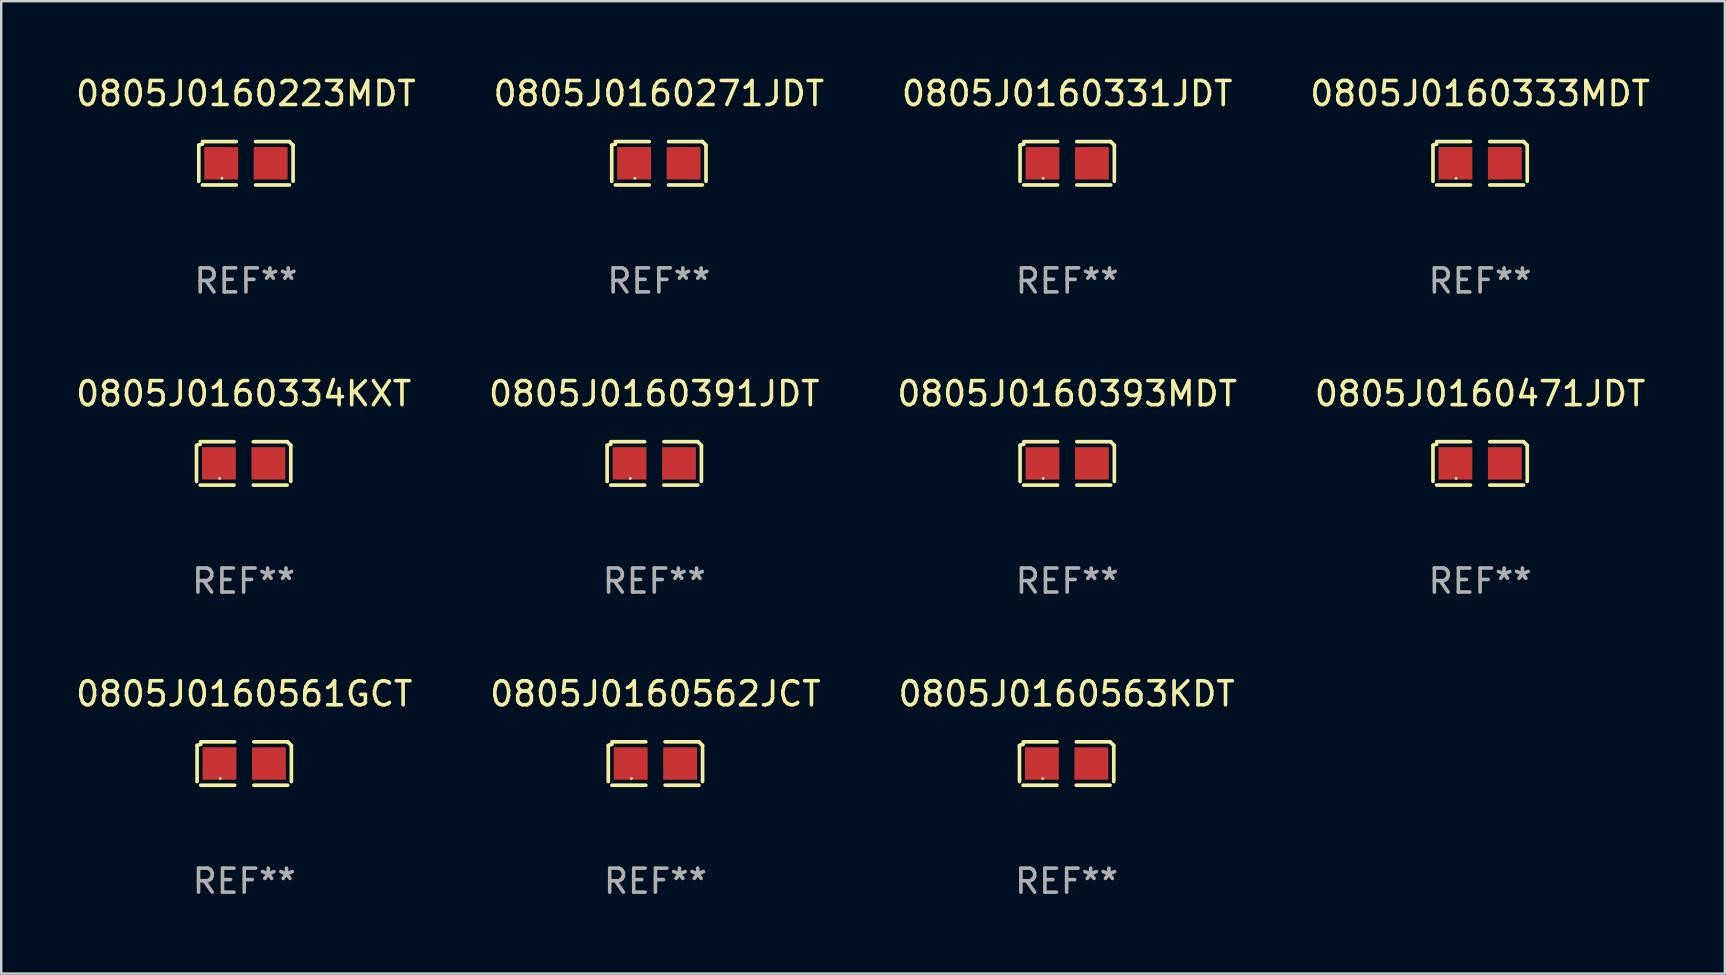
<source format=kicad_pcb>
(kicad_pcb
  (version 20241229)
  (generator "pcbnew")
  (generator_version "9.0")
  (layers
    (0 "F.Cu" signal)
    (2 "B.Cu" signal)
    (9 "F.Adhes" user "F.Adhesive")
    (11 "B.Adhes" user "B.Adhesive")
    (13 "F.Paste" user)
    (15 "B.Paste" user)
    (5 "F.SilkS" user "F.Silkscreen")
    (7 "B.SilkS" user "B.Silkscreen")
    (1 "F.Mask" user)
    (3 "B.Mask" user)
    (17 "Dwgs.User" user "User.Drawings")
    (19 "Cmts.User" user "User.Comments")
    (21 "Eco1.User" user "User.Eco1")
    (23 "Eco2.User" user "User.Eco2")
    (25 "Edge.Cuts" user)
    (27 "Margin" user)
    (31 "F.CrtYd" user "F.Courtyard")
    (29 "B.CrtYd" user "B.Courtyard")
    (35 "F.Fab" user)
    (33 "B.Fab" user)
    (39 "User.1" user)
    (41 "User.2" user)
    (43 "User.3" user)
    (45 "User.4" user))
  (footprint "0805J0160562JCT"
    (layer "F.Cu")
    (at 24.256 28.759)
    (property "Reference" "0805J0160562JCT" (at 0 -2.904 0) (layer "F.SilkS") (effects (font (size 1 1) (thickness 0.15))))
    (attr through_hole)
    (fp_line (start -1.964 0.751) (end -1.964 -0.751) (stroke (width 0.152) (type solid)) (layer "F.SilkS"))
    (fp_line (start -1.811 -0.904) (end -0.401 -0.904) (stroke (width 0.152) (type solid)) (layer "F.SilkS"))
    (fp_line (start -0.401 0.904) (end -1.811 0.904) (stroke (width 0.152) (type solid)) (layer "F.SilkS"))
    (fp_line (start 0.401 0.904) (end 1.811 0.904) (stroke (width 0.152) (type solid)) (layer "F.SilkS"))
    (fp_line (start 1.811 -0.904) (end 0.401 -0.904) (stroke (width 0.152) (type solid)) (layer "F.SilkS"))
    (fp_line (start 1.964 0.751) (end 1.964 -0.751) (stroke (width 0.152) (type solid)) (layer "F.SilkS"))
    (fp_arc (start -1.963602 -0.751207) (mid -1.890354 -0.783131) (end -1.811201 -0.794044) (stroke (width 0.1524) (type solid)) (layer "F.SilkS"))
    (fp_arc (start 1.811202 -0.903607) (mid 1.887413 -0.827418) (end 1.963602 -0.751207) (stroke (width 0.1524) (type solid)) (layer "F.SilkS"))
    (fp_circle (center -1 0.625) (end -0.97 0.625) (stroke (width 0.06) (type solid)) (fill no) (layer "F.SilkS"))
    (fp_text user "REF**" (at 0 4.904 0) (layer "F.Fab") (effects (font (size 1 1) (thickness 0.15))))
    (pad "1" smd rect (at -1.03 0) (size 1.41 1.35) (layers "F.Cu" "F.Mask" "F.Paste"))
    (pad "2" smd rect (at 1.03 0) (size 1.41 1.35) (layers "F.Cu" "F.Mask" "F.Paste")))
  (footprint "0805J0160331JDT"
    (layer "F.Cu")
    (at 41.411 3.752)
    (property "Reference" "0805J0160331JDT" (at 0 -2.904 0) (layer "F.SilkS") (effects (font (size 1 1) (thickness 0.15))))
    (attr through_hole)
    (fp_line (start -1.964 0.751) (end -1.964 -0.751) (stroke (width 0.152) (type solid)) (layer "F.SilkS"))
    (fp_line (start -1.811 -0.904) (end -0.401 -0.904) (stroke (width 0.152) (type solid)) (layer "F.SilkS"))
    (fp_line (start -0.401 0.904) (end -1.811 0.904) (stroke (width 0.152) (type solid)) (layer "F.SilkS"))
    (fp_line (start 0.401 0.904) (end 1.811 0.904) (stroke (width 0.152) (type solid)) (layer "F.SilkS"))
    (fp_line (start 1.811 -0.904) (end 0.401 -0.904) (stroke (width 0.152) (type solid)) (layer "F.SilkS"))
    (fp_line (start 1.964 0.751) (end 1.964 -0.751) (stroke (width 0.152) (type solid)) (layer "F.SilkS"))
    (fp_arc (start -1.963602 -0.751207) (mid -1.890354 -0.783131) (end -1.811201 -0.794044) (stroke (width 0.1524) (type solid)) (layer "F.SilkS"))
    (fp_arc (start 1.811202 -0.903607) (mid 1.887413 -0.827418) (end 1.963602 -0.751207) (stroke (width 0.1524) (type solid)) (layer "F.SilkS"))
    (fp_circle (center -1 0.625) (end -0.97 0.625) (stroke (width 0.06) (type solid)) (fill no) (layer "F.SilkS"))
    (fp_text user "REF**" (at 0 4.904 0) (layer "F.Fab") (effects (font (size 1 1) (thickness 0.15))))
    (pad "1" smd rect (at -1.03 0) (size 1.41 1.35) (layers "F.Cu" "F.Mask" "F.Paste"))
    (pad "2" smd rect (at 1.03 0) (size 1.41 1.35) (layers "F.Cu" "F.Mask" "F.Paste")))
  (footprint "0805J0160271JDT"
    (layer "F.Cu")
    (at 24.399 3.752)
    (property "Reference" "0805J0160271JDT" (at 0 -2.904 0) (layer "F.SilkS") (effects (font (size 1 1) (thickness 0.15))))
    (attr through_hole)
    (fp_line (start -1.964 0.751) (end -1.964 -0.751) (stroke (width 0.152) (type solid)) (layer "F.SilkS"))
    (fp_line (start -1.811 -0.904) (end -0.401 -0.904) (stroke (width 0.152) (type solid)) (layer "F.SilkS"))
    (fp_line (start -0.401 0.904) (end -1.811 0.904) (stroke (width 0.152) (type solid)) (layer "F.SilkS"))
    (fp_line (start 0.401 0.904) (end 1.811 0.904) (stroke (width 0.152) (type solid)) (layer "F.SilkS"))
    (fp_line (start 1.811 -0.904) (end 0.401 -0.904) (stroke (width 0.152) (type solid)) (layer "F.SilkS"))
    (fp_line (start 1.964 0.751) (end 1.964 -0.751) (stroke (width 0.152) (type solid)) (layer "F.SilkS"))
    (fp_arc (start -1.963602 -0.751207) (mid -1.890354 -0.783131) (end -1.811201 -0.794044) (stroke (width 0.1524) (type solid)) (layer "F.SilkS"))
    (fp_arc (start 1.811202 -0.903607) (mid 1.887413 -0.827418) (end 1.963602 -0.751207) (stroke (width 0.1524) (type solid)) (layer "F.SilkS"))
    (fp_circle (center -1 0.625) (end -0.97 0.625) (stroke (width 0.06) (type solid)) (fill no) (layer "F.SilkS"))
    (fp_text user "REF**" (at 0 4.904 0) (layer "F.Fab") (effects (font (size 1 1) (thickness 0.15))))
    (pad "1" smd rect (at -1.03 0) (size 1.41 1.35) (layers "F.Cu" "F.Mask" "F.Paste"))
    (pad "2" smd rect (at 1.03 0) (size 1.41 1.35) (layers "F.Cu" "F.Mask" "F.Paste")))
  (footprint "0805J0160393MDT"
    (layer "F.Cu")
    (at 41.411 16.256)
    (property "Reference" "0805J0160393MDT" (at 0 -2.904 0) (layer "F.SilkS") (effects (font (size 1 1) (thickness 0.15))))
    (attr through_hole)
    (fp_line (start -1.964 0.751) (end -1.964 -0.751) (stroke (width 0.152) (type solid)) (layer "F.SilkS"))
    (fp_line (start -1.811 -0.904) (end -0.401 -0.904) (stroke (width 0.152) (type solid)) (layer "F.SilkS"))
    (fp_line (start -0.401 0.904) (end -1.811 0.904) (stroke (width 0.152) (type solid)) (layer "F.SilkS"))
    (fp_line (start 0.401 0.904) (end 1.811 0.904) (stroke (width 0.152) (type solid)) (layer "F.SilkS"))
    (fp_line (start 1.811 -0.904) (end 0.401 -0.904) (stroke (width 0.152) (type solid)) (layer "F.SilkS"))
    (fp_line (start 1.964 0.751) (end 1.964 -0.751) (stroke (width 0.152) (type solid)) (layer "F.SilkS"))
    (fp_arc (start -1.963602 -0.751207) (mid -1.890354 -0.783131) (end -1.811201 -0.794044) (stroke (width 0.1524) (type solid)) (layer "F.SilkS"))
    (fp_arc (start 1.811202 -0.903607) (mid 1.887413 -0.827418) (end 1.963602 -0.751207) (stroke (width 0.1524) (type solid)) (layer "F.SilkS"))
    (fp_circle (center -1 0.625) (end -0.97 0.625) (stroke (width 0.06) (type solid)) (fill no) (layer "F.SilkS"))
    (fp_text user "REF**" (at 0 4.904 0) (layer "F.Fab") (effects (font (size 1 1) (thickness 0.15))))
    (pad "1" smd rect (at -1.03 0) (size 1.41 1.35) (layers "F.Cu" "F.Mask" "F.Paste"))
    (pad "2" smd rect (at 1.03 0) (size 1.41 1.35) (layers "F.Cu" "F.Mask" "F.Paste")))
  (footprint "0805J0160391JDT"
    (layer "F.Cu")
    (at 24.208 16.256)
    (property "Reference" "0805J0160391JDT" (at 0 -2.904 0) (layer "F.SilkS") (effects (font (size 1 1) (thickness 0.15))))
    (attr through_hole)
    (fp_line (start -1.964 0.751) (end -1.964 -0.751) (stroke (width 0.152) (type solid)) (layer "F.SilkS"))
    (fp_line (start -1.811 -0.904) (end -0.401 -0.904) (stroke (width 0.152) (type solid)) (layer "F.SilkS"))
    (fp_line (start -0.401 0.904) (end -1.811 0.904) (stroke (width 0.152) (type solid)) (layer "F.SilkS"))
    (fp_line (start 0.401 0.904) (end 1.811 0.904) (stroke (width 0.152) (type solid)) (layer "F.SilkS"))
    (fp_line (start 1.811 -0.904) (end 0.401 -0.904) (stroke (width 0.152) (type solid)) (layer "F.SilkS"))
    (fp_line (start 1.964 0.751) (end 1.964 -0.751) (stroke (width 0.152) (type solid)) (layer "F.SilkS"))
    (fp_arc (start -1.963602 -0.751207) (mid -1.890354 -0.783131) (end -1.811201 -0.794044) (stroke (width 0.1524) (type solid)) (layer "F.SilkS"))
    (fp_arc (start 1.811202 -0.903607) (mid 1.887413 -0.827418) (end 1.963602 -0.751207) (stroke (width 0.1524) (type solid)) (layer "F.SilkS"))
    (fp_circle (center -1 0.625) (end -0.97 0.625) (stroke (width 0.06) (type solid)) (fill no) (layer "F.SilkS"))
    (fp_text user "REF**" (at 0 4.904 0) (layer "F.Fab") (effects (font (size 1 1) (thickness 0.15))))
    (pad "1" smd rect (at -1.03 0) (size 1.41 1.35) (layers "F.Cu" "F.Mask" "F.Paste"))
    (pad "2" smd rect (at 1.03 0) (size 1.41 1.35) (layers "F.Cu" "F.Mask" "F.Paste")))
  (footprint "0805J0160471JDT"
    (layer "F.Cu")
    (at 58.613 16.256)
    (property "Reference" "0805J0160471JDT" (at 0 -2.904 0) (layer "F.SilkS") (effects (font (size 1 1) (thickness 0.15))))
    (attr through_hole)
    (fp_line (start -1.964 0.751) (end -1.964 -0.751) (stroke (width 0.152) (type solid)) (layer "F.SilkS"))
    (fp_line (start -1.811 -0.904) (end -0.401 -0.904) (stroke (width 0.152) (type solid)) (layer "F.SilkS"))
    (fp_line (start -0.401 0.904) (end -1.811 0.904) (stroke (width 0.152) (type solid)) (layer "F.SilkS"))
    (fp_line (start 0.401 0.904) (end 1.811 0.904) (stroke (width 0.152) (type solid)) (layer "F.SilkS"))
    (fp_line (start 1.811 -0.904) (end 0.401 -0.904) (stroke (width 0.152) (type solid)) (layer "F.SilkS"))
    (fp_line (start 1.964 0.751) (end 1.964 -0.751) (stroke (width 0.152) (type solid)) (layer "F.SilkS"))
    (fp_arc (start -1.963602 -0.751207) (mid -1.890354 -0.783131) (end -1.811201 -0.794044) (stroke (width 0.1524) (type solid)) (layer "F.SilkS"))
    (fp_arc (start 1.811202 -0.903607) (mid 1.887413 -0.827418) (end 1.963602 -0.751207) (stroke (width 0.1524) (type solid)) (layer "F.SilkS"))
    (fp_circle (center -1 0.625) (end -0.97 0.625) (stroke (width 0.06) (type solid)) (fill no) (layer "F.SilkS"))
    (fp_text user "REF**" (at 0 4.904 0) (layer "F.Fab") (effects (font (size 1 1) (thickness 0.15))))
    (pad "1" smd rect (at -1.03 0) (size 1.41 1.35) (layers "F.Cu" "F.Mask" "F.Paste"))
    (pad "2" smd rect (at 1.03 0) (size 1.41 1.35) (layers "F.Cu" "F.Mask" "F.Paste")))
  (footprint "0805J0160333MDT"
    (layer "F.Cu")
    (at 58.613 3.752)
    (property "Reference" "0805J0160333MDT" (at 0 -2.904 0) (layer "F.SilkS") (effects (font (size 1 1) (thickness 0.15))))
    (attr through_hole)
    (fp_line (start -1.964 0.751) (end -1.964 -0.751) (stroke (width 0.152) (type solid)) (layer "F.SilkS"))
    (fp_line (start -1.811 -0.904) (end -0.401 -0.904) (stroke (width 0.152) (type solid)) (layer "F.SilkS"))
    (fp_line (start -0.401 0.904) (end -1.811 0.904) (stroke (width 0.152) (type solid)) (layer "F.SilkS"))
    (fp_line (start 0.401 0.904) (end 1.811 0.904) (stroke (width 0.152) (type solid)) (layer "F.SilkS"))
    (fp_line (start 1.811 -0.904) (end 0.401 -0.904) (stroke (width 0.152) (type solid)) (layer "F.SilkS"))
    (fp_line (start 1.964 0.751) (end 1.964 -0.751) (stroke (width 0.152) (type solid)) (layer "F.SilkS"))
    (fp_arc (start -1.963602 -0.751207) (mid -1.890354 -0.783131) (end -1.811201 -0.794044) (stroke (width 0.1524) (type solid)) (layer "F.SilkS"))
    (fp_arc (start 1.811202 -0.903607) (mid 1.887413 -0.827418) (end 1.963602 -0.751207) (stroke (width 0.1524) (type solid)) (layer "F.SilkS"))
    (fp_circle (center -1 0.625) (end -0.97 0.625) (stroke (width 0.06) (type solid)) (fill no) (layer "F.SilkS"))
    (fp_text user "REF**" (at 0 4.904 0) (layer "F.Fab") (effects (font (size 1 1) (thickness 0.15))))
    (pad "1" smd rect (at -1.03 0) (size 1.41 1.35) (layers "F.Cu" "F.Mask" "F.Paste"))
    (pad "2" smd rect (at 1.03 0) (size 1.41 1.35) (layers "F.Cu" "F.Mask" "F.Paste")))
  (footprint "0805J0160223MDT"
    (layer "F.Cu")
    (at 7.196 3.752)
    (property "Reference" "0805J0160223MDT" (at 0 -2.904 0) (layer "F.SilkS") (effects (font (size 1 1) (thickness 0.15))))
    (attr through_hole)
    (fp_line (start -1.964 0.751) (end -1.964 -0.751) (stroke (width 0.152) (type solid)) (layer "F.SilkS"))
    (fp_line (start -1.811 -0.904) (end -0.401 -0.904) (stroke (width 0.152) (type solid)) (layer "F.SilkS"))
    (fp_line (start -0.401 0.904) (end -1.811 0.904) (stroke (width 0.152) (type solid)) (layer "F.SilkS"))
    (fp_line (start 0.401 0.904) (end 1.811 0.904) (stroke (width 0.152) (type solid)) (layer "F.SilkS"))
    (fp_line (start 1.811 -0.904) (end 0.401 -0.904) (stroke (width 0.152) (type solid)) (layer "F.SilkS"))
    (fp_line (start 1.964 0.751) (end 1.964 -0.751) (stroke (width 0.152) (type solid)) (layer "F.SilkS"))
    (fp_arc (start -1.963602 -0.751207) (mid -1.890354 -0.783131) (end -1.811201 -0.794044) (stroke (width 0.1524) (type solid)) (layer "F.SilkS"))
    (fp_arc (start 1.811202 -0.903607) (mid 1.887413 -0.827418) (end 1.963602 -0.751207) (stroke (width 0.1524) (type solid)) (layer "F.SilkS"))
    (fp_circle (center -1 0.625) (end -0.97 0.625) (stroke (width 0.06) (type solid)) (fill no) (layer "F.SilkS"))
    (fp_text user "REF**" (at 0 4.904 0) (layer "F.Fab") (effects (font (size 1 1) (thickness 0.15))))
    (pad "1" smd rect (at -1.03 0) (size 1.41 1.35) (layers "F.Cu" "F.Mask" "F.Paste"))
    (pad "2" smd rect (at 1.03 0) (size 1.41 1.35) (layers "F.Cu" "F.Mask" "F.Paste")))
  (footprint "0805J0160334KXT"
    (layer "F.Cu")
    (at 7.101 16.256)
    (property "Reference" "0805J0160334KXT" (at 0 -2.904 0) (layer "F.SilkS") (effects (font (size 1 1) (thickness 0.15))))
    (attr through_hole)
    (fp_line (start -1.964 0.751) (end -1.964 -0.751) (stroke (width 0.152) (type solid)) (layer "F.SilkS"))
    (fp_line (start -1.811 -0.904) (end -0.401 -0.904) (stroke (width 0.152) (type solid)) (layer "F.SilkS"))
    (fp_line (start -0.401 0.904) (end -1.811 0.904) (stroke (width 0.152) (type solid)) (layer "F.SilkS"))
    (fp_line (start 0.401 0.904) (end 1.811 0.904) (stroke (width 0.152) (type solid)) (layer "F.SilkS"))
    (fp_line (start 1.811 -0.904) (end 0.401 -0.904) (stroke (width 0.152) (type solid)) (layer "F.SilkS"))
    (fp_line (start 1.964 0.751) (end 1.964 -0.751) (stroke (width 0.152) (type solid)) (layer "F.SilkS"))
    (fp_arc (start -1.963602 -0.751207) (mid -1.890354 -0.783131) (end -1.811201 -0.794044) (stroke (width 0.1524) (type solid)) (layer "F.SilkS"))
    (fp_arc (start 1.811202 -0.903607) (mid 1.887413 -0.827418) (end 1.963602 -0.751207) (stroke (width 0.1524) (type solid)) (layer "F.SilkS"))
    (fp_circle (center -1 0.625) (end -0.97 0.625) (stroke (width 0.06) (type solid)) (fill no) (layer "F.SilkS"))
    (fp_text user "REF**" (at 0 4.904 0) (layer "F.Fab") (effects (font (size 1 1) (thickness 0.15))))
    (pad "1" smd rect (at -1.03 0) (size 1.41 1.35) (layers "F.Cu" "F.Mask" "F.Paste"))
    (pad "2" smd rect (at 1.03 0) (size 1.41 1.35) (layers "F.Cu" "F.Mask" "F.Paste")))
  (footprint "0805J0160563KDT"
    (layer "F.Cu")
    (at 41.387 28.759)
    (property "Reference" "0805J0160563KDT" (at 0 -2.904 0) (layer "F.SilkS") (effects (font (size 1 1) (thickness 0.15))))
    (attr through_hole)
    (fp_line (start -1.964 0.751) (end -1.964 -0.751) (stroke (width 0.152) (type solid)) (layer "F.SilkS"))
    (fp_line (start -1.811 -0.904) (end -0.401 -0.904) (stroke (width 0.152) (type solid)) (layer "F.SilkS"))
    (fp_line (start -0.401 0.904) (end -1.811 0.904) (stroke (width 0.152) (type solid)) (layer "F.SilkS"))
    (fp_line (start 0.401 0.904) (end 1.811 0.904) (stroke (width 0.152) (type solid)) (layer "F.SilkS"))
    (fp_line (start 1.811 -0.904) (end 0.401 -0.904) (stroke (width 0.152) (type solid)) (layer "F.SilkS"))
    (fp_line (start 1.964 0.751) (end 1.964 -0.751) (stroke (width 0.152) (type solid)) (layer "F.SilkS"))
    (fp_arc (start -1.963602 -0.751207) (mid -1.890354 -0.783131) (end -1.811201 -0.794044) (stroke (width 0.1524) (type solid)) (layer "F.SilkS"))
    (fp_arc (start 1.811202 -0.903607) (mid 1.887413 -0.827418) (end 1.963602 -0.751207) (stroke (width 0.1524) (type solid)) (layer "F.SilkS"))
    (fp_circle (center -1 0.625) (end -0.97 0.625) (stroke (width 0.06) (type solid)) (fill no) (layer "F.SilkS"))
    (fp_text user "REF**" (at 0 4.904 0) (layer "F.Fab") (effects (font (size 1 1) (thickness 0.15))))
    (pad "1" smd rect (at -1.03 0) (size 1.41 1.35) (layers "F.Cu" "F.Mask" "F.Paste"))
    (pad "2" smd rect (at 1.03 0) (size 1.41 1.35) (layers "F.Cu" "F.Mask" "F.Paste")))
  (footprint "0805J0160561GCT"
    (layer "F.Cu")
    (at 7.125 28.759)
    (property "Reference" "0805J0160561GCT" (at 0 -2.904 0) (layer "F.SilkS") (effects (font (size 1 1) (thickness 0.15))))
    (attr through_hole)
    (fp_line (start -1.964 0.751) (end -1.964 -0.751) (stroke (width 0.152) (type solid)) (layer "F.SilkS"))
    (fp_line (start -1.811 -0.904) (end -0.401 -0.904) (stroke (width 0.152) (type solid)) (layer "F.SilkS"))
    (fp_line (start -0.401 0.904) (end -1.811 0.904) (stroke (width 0.152) (type solid)) (layer "F.SilkS"))
    (fp_line (start 0.401 0.904) (end 1.811 0.904) (stroke (width 0.152) (type solid)) (layer "F.SilkS"))
    (fp_line (start 1.811 -0.904) (end 0.401 -0.904) (stroke (width 0.152) (type solid)) (layer "F.SilkS"))
    (fp_line (start 1.964 0.751) (end 1.964 -0.751) (stroke (width 0.152) (type solid)) (layer "F.SilkS"))
    (fp_arc (start -1.963602 -0.751207) (mid -1.890354 -0.783131) (end -1.811201 -0.794044) (stroke (width 0.1524) (type solid)) (layer "F.SilkS"))
    (fp_arc (start 1.811202 -0.903607) (mid 1.887413 -0.827418) (end 1.963602 -0.751207) (stroke (width 0.1524) (type solid)) (layer "F.SilkS"))
    (fp_circle (center -1 0.625) (end -0.97 0.625) (stroke (width 0.06) (type solid)) (fill no) (layer "F.SilkS"))
    (fp_text user "REF**" (at 0 4.904 0) (layer "F.Fab") (effects (font (size 1 1) (thickness 0.15))))
    (pad "1" smd rect (at -1.03 0) (size 1.41 1.35) (layers "F.Cu" "F.Mask" "F.Paste"))
    (pad "2" smd rect (at 1.03 0) (size 1.41 1.35) (layers "F.Cu" "F.Mask" "F.Paste")))
  (gr_rect
    (start -3 -3)
    (end 68.81 37.511)
    (stroke (width 0.1) (type default))
    (fill no)
    (layer "Edge.Cuts")))
</source>
